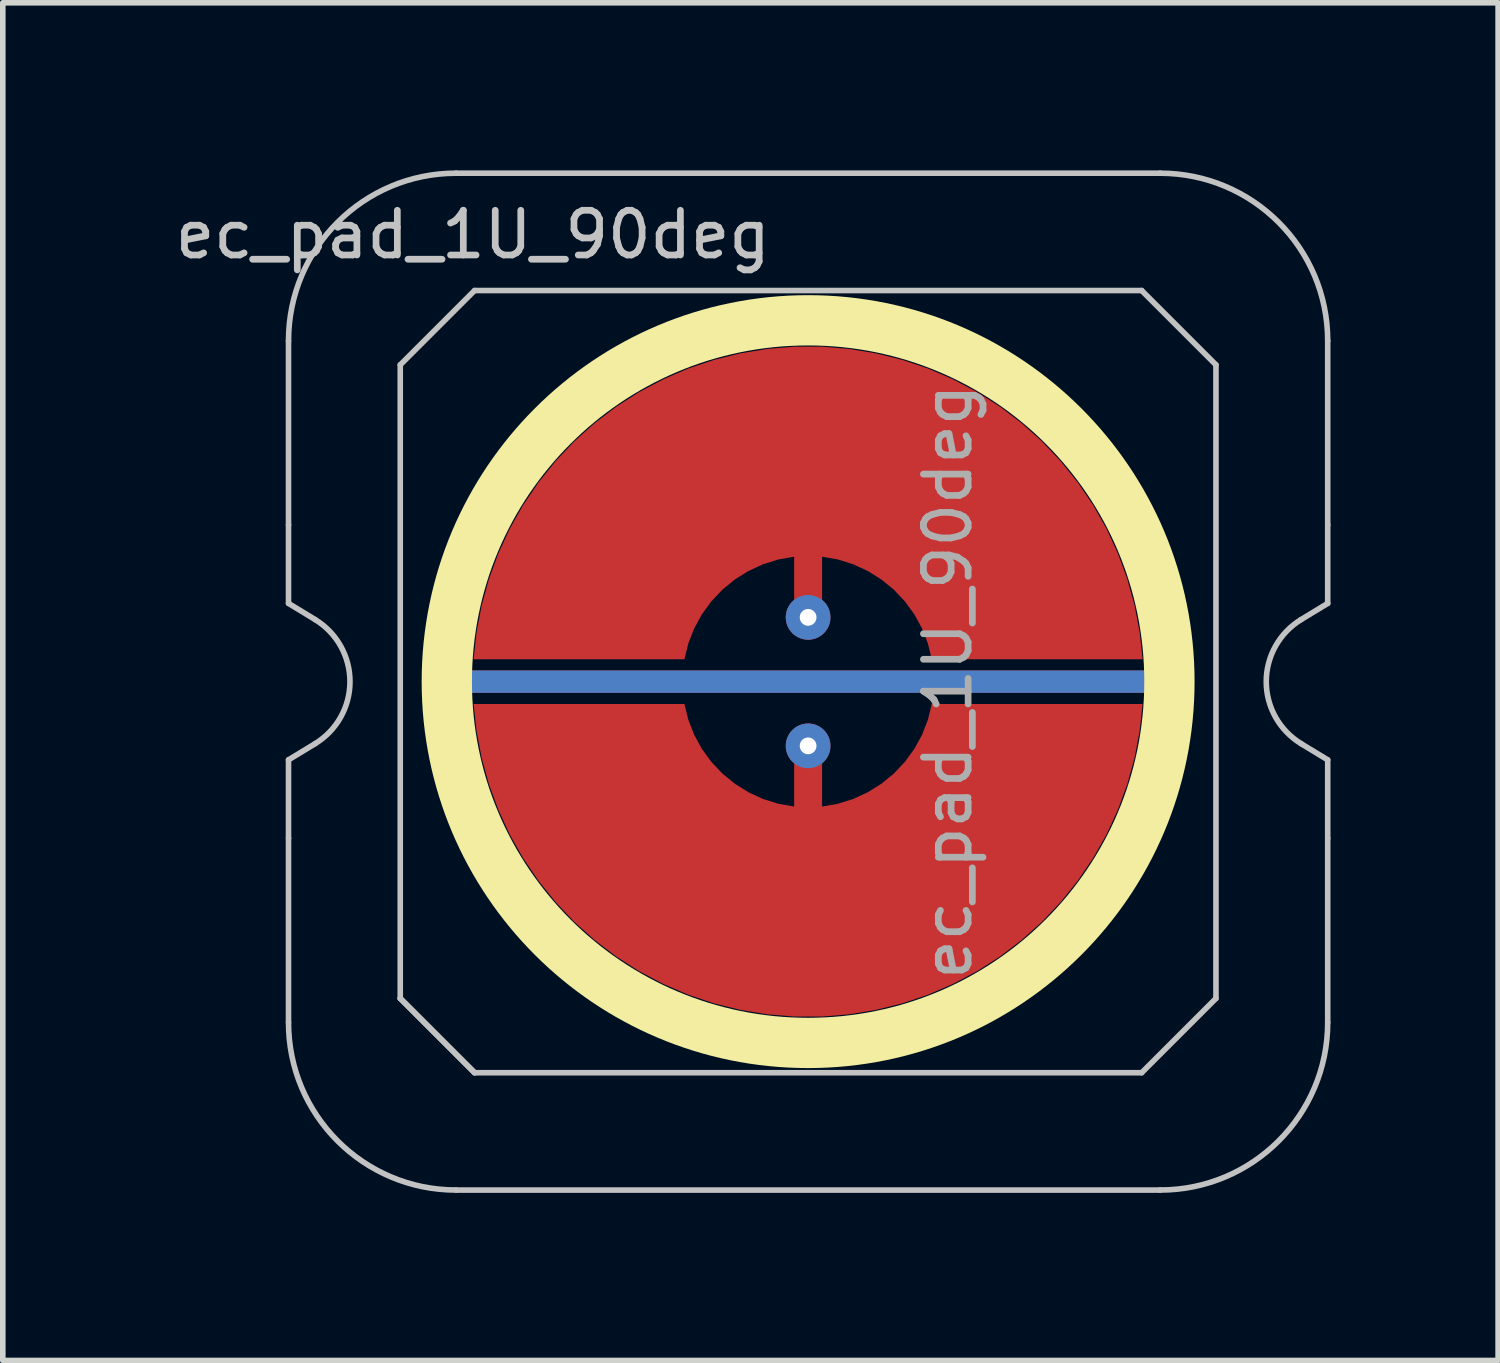
<source format=kicad_pcb>
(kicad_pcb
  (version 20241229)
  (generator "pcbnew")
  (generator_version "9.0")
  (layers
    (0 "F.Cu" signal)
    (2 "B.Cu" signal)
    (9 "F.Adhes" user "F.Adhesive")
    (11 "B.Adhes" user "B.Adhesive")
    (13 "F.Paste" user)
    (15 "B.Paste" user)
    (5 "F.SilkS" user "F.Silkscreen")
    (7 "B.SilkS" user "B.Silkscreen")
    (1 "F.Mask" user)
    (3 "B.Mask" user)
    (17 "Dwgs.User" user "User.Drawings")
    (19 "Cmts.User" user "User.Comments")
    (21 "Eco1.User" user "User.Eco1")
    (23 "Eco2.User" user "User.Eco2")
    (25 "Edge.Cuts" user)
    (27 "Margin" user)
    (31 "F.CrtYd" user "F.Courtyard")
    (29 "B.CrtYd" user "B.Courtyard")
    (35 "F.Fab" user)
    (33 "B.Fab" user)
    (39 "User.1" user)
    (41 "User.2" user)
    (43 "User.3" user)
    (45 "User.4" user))
  (footprint "ec_pad_1U_90deg"
    (layer "F.Cu")
    (at 11.414 9.15)
    (property "Reference" "ec_pad_1U_90deg" (at -6 -8 0) (layer "Dwgs.User") (effects (font (size 0.8 0.8) (thickness 0.12))))
    (attr smd)
    (fp_circle (center 0 0) (end 0 6.467) (stroke (width 0.9) (type solid)) (fill no) (layer "F.SilkS"))
    (fp_line (start -9.3 -2.805) (end -9.3 -6.1) (stroke (width 0.1) (type solid)) (layer "Dwgs.User"))
    (fp_line (start -9.3 -1.4) (end -9.3 -2.805) (stroke (width 0.1) (type solid)) (layer "Dwgs.User"))
    (fp_line (start -9.3 1.4) (end -8.824 1.111) (stroke (width 0.1) (type solid)) (layer "Dwgs.User"))
    (fp_line (start -9.3 2.805) (end -9.3 1.4) (stroke (width 0.1) (type solid)) (layer "Dwgs.User"))
    (fp_line (start -9.3 6.1) (end -9.3 2.805) (stroke (width 0.1) (type solid)) (layer "Dwgs.User"))
    (fp_line (start -8.824 -1.111) (end -9.3 -1.4) (stroke (width 0.1) (type solid)) (layer "Dwgs.User"))
    (fp_line (start -7.3 -5.67) (end -5.97 -7) (stroke (width 0.1) (type solid)) (layer "Dwgs.User"))
    (fp_line (start -7.3 5.67) (end -7.3 -5.67) (stroke (width 0.1) (type solid)) (layer "Dwgs.User"))
    (fp_line (start -7.3 5.67) (end -5.97 7) (stroke (width 0.1) (type solid)) (layer "Dwgs.User"))
    (fp_line (start -6.3 -9.1) (end 6.3 -9.1) (stroke (width 0.1) (type solid)) (layer "Dwgs.User"))
    (fp_line (start -5.97 -7) (end 5.97 -7) (stroke (width 0.1) (type solid)) (layer "Dwgs.User"))
    (fp_line (start -5.97 7) (end -7.3 5.67) (stroke (width 0.1) (type solid)) (layer "Dwgs.User"))
    (fp_line (start 5.97 -7) (end 7.3 -5.67) (stroke (width 0.1) (type solid)) (layer "Dwgs.User"))
    (fp_line (start 5.97 7) (end -5.97 7) (stroke (width 0.1) (type solid)) (layer "Dwgs.User"))
    (fp_line (start 6.3 9.1) (end -6.3 9.1) (stroke (width 0.1) (type solid)) (layer "Dwgs.User"))
    (fp_line (start 7.3 -5.67) (end 7.3 5.67) (stroke (width 0.1) (type solid)) (layer "Dwgs.User"))
    (fp_line (start 7.3 5.67) (end 5.97 7) (stroke (width 0.1) (type solid)) (layer "Dwgs.User"))
    (fp_line (start 8.824 1.111) (end 9.3 1.4) (stroke (width 0.1) (type solid)) (layer "Dwgs.User"))
    (fp_line (start 9.3 -6.1) (end 9.3 -2.805) (stroke (width 0.1) (type solid)) (layer "Dwgs.User"))
    (fp_line (start 9.3 -2.805) (end 9.3 -1.4) (stroke (width 0.1) (type solid)) (layer "Dwgs.User"))
    (fp_line (start 9.3 -1.4) (end 8.824 -1.111) (stroke (width 0.1) (type solid)) (layer "Dwgs.User"))
    (fp_line (start 9.3 1.4) (end 9.3 2.805) (stroke (width 0.1) (type solid)) (layer "Dwgs.User"))
    (fp_line (start 9.3 2.805) (end 9.3 6.1) (stroke (width 0.1) (type solid)) (layer "Dwgs.User"))
    (fp_arc (start -9.3 -6.1) (mid -8.42132 -8.22132) (end -6.3 -9.1) (stroke (width 0.1) (type solid)) (layer "Dwgs.User"))
    (fp_arc (start -8.824333 -1.110619) (mid -8.2 0) (end -8.824333 1.110619) (stroke (width 0.1) (type solid)) (layer "Dwgs.User"))
    (fp_arc (start -6.3 9.1) (mid -8.42132 8.22132) (end -9.3 6.1) (stroke (width 0.1) (type solid)) (layer "Dwgs.User"))
    (fp_arc (start 6.3 -9.1) (mid 8.42132 -8.22132) (end 9.3 -6.1) (stroke (width 0.1) (type solid)) (layer "Dwgs.User"))
    (fp_arc (start 8.824333 1.110619) (mid 8.2 0) (end 8.824333 -1.110619) (stroke (width 0.1) (type solid)) (layer "Dwgs.User"))
    (fp_arc (start 9.3 6.1) (mid 8.42132 8.22132) (end 6.3 9.1) (stroke (width 0.1) (type solid)) (layer "Dwgs.User"))
    (fp_text user "${REFERENCE}" (at 2.5 0 270) (layer "F.Fab") (effects (font (size 0.8 0.8) (thickness 0.12))))
    (pad "1" thru_hole circle (at 0 -1.15 180) (size 0.8 0.8) (drill 0.3) (layers "*.Cu"))
    (pad "1" smd custom (at 0 -1 270) (size 0.4 0.4) (layers "F.Cu") (options (anchor circle)) (primitives (gr_poly (pts (xy 0.6 -2.214) (xy 0.32 -2.145) (xy 0.052 -2.041) (xy -0.201 -1.903) (xy -0.434 -1.734) (xy -0.644 -1.536) (xy -0.826 -1.314) (xy -0.979 -1.07) (xy -1.1 -0.808) (xy -1.186 -0.534) (xy -1.236 -0.25) (xy 0 -0.25) (xy 0.096 -0.231) (xy 0.177 -0.177) (xy 0.231 -0.096) (xy 0.25 0) (xy 0.231 0.096) (xy 0.177 0.177) (xy 0.096 0.231) (xy 0 0.25) (xy -1.236 0.25) (xy -1.186 0.534) (xy -1.1 0.808) (xy -0.979 1.07) (xy -0.826 1.314) (xy -0.644 1.536) (xy -0.434 1.734) (xy -0.201 1.903) (xy 0.052 2.041) (xy 0.32 2.145) (xy 0.6 2.214) (xy 0.6 5.987) (xy 0.115 5.934) (xy -0.364 5.843) (xy -0.834 5.713) (xy -1.292 5.545) (xy -1.735 5.341) (xy -2.159 5.101) (xy -2.563 4.827) (xy -2.943 4.522) (xy -3.298 4.187) (xy -3.623 3.824) (xy -3.919 3.436) (xy -4.182 3.025) (xy -4.41 2.594) (xy -4.603 2.147) (xy -4.759 1.684) (xy -4.876 1.211) (xy -4.955 0.73) (xy -4.995 0.244) (xy -4.995 -0.244) (xy -4.955 -0.73) (xy -4.876 -1.211) (xy -4.759 -1.684) (xy -4.603 -2.147) (xy -4.41 -2.594) (xy -4.182 -3.025) (xy -3.919 -3.436) (xy -3.623 -3.824) (xy -3.298 -4.187) (xy -2.943 -4.522) (xy -2.563 -4.827) (xy -2.159 -5.101) (xy -1.735 -5.341) (xy -1.292 -5.545) (xy -0.834 -5.713) (xy -0.364 -5.843) (xy 0.115 -5.934) (xy 0.6 -5.987)) (width 0) (fill yes))))
    (pad "2" smd custom (at 0 1 90) (size 0.4 0.4) (layers "F.Cu") (options (anchor circle)) (primitives (gr_poly (pts (xy 0.6 -2.214) (xy 0.32 -2.145) (xy 0.052 -2.041) (xy -0.201 -1.903) (xy -0.434 -1.734) (xy -0.644 -1.536) (xy -0.826 -1.314) (xy -0.979 -1.07) (xy -1.1 -0.808) (xy -1.186 -0.534) (xy -1.236 -0.25) (xy 0 -0.25) (xy 0.096 -0.231) (xy 0.177 -0.177) (xy 0.231 -0.096) (xy 0.25 0) (xy 0.231 0.096) (xy 0.177 0.177) (xy 0.096 0.231) (xy 0 0.25) (xy -1.236 0.25) (xy -1.186 0.534) (xy -1.1 0.808) (xy -0.979 1.07) (xy -0.826 1.314) (xy -0.644 1.536) (xy -0.434 1.734) (xy -0.201 1.903) (xy 0.052 2.041) (xy 0.32 2.145) (xy 0.6 2.214) (xy 0.6 5.987) (xy 0.115 5.934) (xy -0.364 5.843) (xy -0.834 5.713) (xy -1.292 5.545) (xy -1.735 5.341) (xy -2.159 5.101) (xy -2.563 4.827) (xy -2.943 4.522) (xy -3.298 4.187) (xy -3.623 3.824) (xy -3.919 3.436) (xy -4.182 3.025) (xy -4.41 2.594) (xy -4.603 2.147) (xy -4.759 1.684) (xy -4.876 1.211) (xy -4.955 0.73) (xy -4.995 0.244) (xy -4.995 -0.244) (xy -4.955 -0.73) (xy -4.876 -1.211) (xy -4.759 -1.684) (xy -4.603 -2.147) (xy -4.41 -2.594) (xy -4.182 -3.025) (xy -3.919 -3.436) (xy -3.623 -3.824) (xy -3.298 -4.187) (xy -2.943 -4.522) (xy -2.563 -4.827) (xy -2.159 -5.101) (xy -1.735 -5.341) (xy -1.292 -5.545) (xy -0.834 -5.713) (xy -0.364 -5.843) (xy 0.115 -5.934) (xy 0.6 -5.987)) (width 0) (fill yes))))
    (pad "2" thru_hole circle (at 0 1.15 180) (size 0.8 0.8) (drill 0.3) (layers "*.Cu"))
    (pad "3" smd roundrect (at 0 0 90) (size 0.4 12.5) (layers "B.Cu") (roundrect_rratio 0.5))
    (pad "3" smd roundrect (at 0 0 90) (size 0.4 12.75) (layers "F.Cu") (roundrect_rratio 0.5))
    (zone (net_name "") (layer "F.Cu") (hatch edge 0.508) (connect_pads) (min_thickness 0.254) (filled_areas_thickness no) (keepout (tracks allowed) (vias allowed) (pads allowed) (copperpour not_allowed) (footprints allowed)) (placement (enabled no)) (fill) (polygon (pts (xy 5.164 9.15) (xy 5.188 8.605) (xy 5.259 8.065) (xy 5.377 7.532) (xy 5.541 7.012) (xy 5.75 6.509) (xy 6.002 6.025) (xy 6.295 5.565) (xy 6.626 5.133) (xy 6.995 4.731) (xy 7.397 4.362) (xy 7.829 4.03) (xy 8.289 3.737) (xy 8.773 3.486) (xy 9.277 3.277) (xy 9.797 3.113) (xy 10.329 2.995) (xy 10.87 2.924) (xy 11.414 2.9) (xy 11.959 2.924) (xy 12.5 2.995) (xy 13.032 3.113) (xy 13.552 3.277) (xy 14.056 3.486) (xy 14.539 3.737) (xy 14.999 4.03) (xy 15.432 4.362) (xy 15.834 4.731) (xy 16.202 5.133) (xy 16.534 5.565) (xy 16.827 6.025) (xy 17.079 6.509) (xy 17.287 7.012) (xy 17.451 7.532) (xy 17.569 8.065) (xy 17.64 8.605) (xy 17.664 9.15) (xy 17.64 9.695) (xy 17.569 10.235) (xy 17.451 10.768) (xy 17.287 11.288) (xy 17.079 11.791) (xy 16.827 12.275) (xy 16.534 12.735) (xy 16.202 13.167) (xy 15.834 13.569) (xy 15.432 13.938) (xy 14.999 14.27) (xy 14.539 14.563) (xy 14.056 14.814) (xy 13.552 15.023) (xy 13.032 15.187) (xy 12.5 15.305) (xy 11.959 15.376) (xy 11.414 15.4) (xy 10.87 15.376) (xy 10.329 15.305) (xy 9.797 15.187) (xy 9.277 15.023) (xy 8.773 14.814) (xy 8.289 14.563) (xy 7.829 14.27) (xy 7.397 13.938) (xy 6.995 13.569) (xy 6.626 13.167) (xy 6.295 12.735) (xy 6.002 12.275) (xy 5.75 11.791) (xy 5.541 11.288) (xy 5.377 10.768) (xy 5.259 10.235) (xy 5.188 9.695))))
    (zone (net_name "") (layer "B.Cu") (hatch edge 0.1) (connect_pads) (min_thickness 0.254) (filled_areas_thickness no) (keepout (tracks allowed) (vias allowed) (pads allowed) (copperpour not_allowed) (footprints allowed)) (placement (enabled no)) (fill) (polygon (pts (xy 5.414 9.15) (xy 5.437 8.627) (xy 5.505 8.108) (xy 5.619 7.597) (xy 5.776 7.098) (xy 5.976 6.614) (xy 6.218 6.15) (xy 6.499 5.709) (xy 6.818 5.293) (xy 7.172 4.907) (xy 7.558 4.554) (xy 7.973 4.235) (xy 8.414 3.954) (xy 8.879 3.712) (xy 9.362 3.512) (xy 9.861 3.354) (xy 10.372 3.241) (xy 10.891 3.173) (xy 11.414 3.15) (xy 11.937 3.173) (xy 12.456 3.241) (xy 12.967 3.354) (xy 13.466 3.512) (xy 13.95 3.712) (xy 14.414 3.954) (xy 14.856 4.235) (xy 15.271 4.554) (xy 15.657 4.907) (xy 16.011 5.293) (xy 16.329 5.709) (xy 16.61 6.15) (xy 16.852 6.614) (xy 17.052 7.098) (xy 17.21 7.597) (xy 17.323 8.108) (xy 17.391 8.627) (xy 17.414 9.15) (xy 17.391 9.673) (xy 17.323 10.192) (xy 17.21 10.703) (xy 17.052 11.202) (xy 16.852 11.686) (xy 16.61 12.15) (xy 16.329 12.591) (xy 16.011 13.007) (xy 15.657 13.393) (xy 15.271 13.746) (xy 14.856 14.065) (xy 14.414 14.346) (xy 13.95 14.588) (xy 13.466 14.788) (xy 12.967 14.946) (xy 12.456 15.059) (xy 11.937 15.127) (xy 11.414 15.15) (xy 10.891 15.127) (xy 10.372 15.059) (xy 9.861 14.946) (xy 9.362 14.788) (xy 8.879 14.588) (xy 8.414 14.346) (xy 7.973 14.065) (xy 7.558 13.746) (xy 7.172 13.393) (xy 6.818 13.007) (xy 6.499 12.591) (xy 6.218 12.15) (xy 5.976 11.686) (xy 5.776 11.202) (xy 5.619 10.703) (xy 5.505 10.192) (xy 5.437 9.673)))))
  (gr_rect
    (start -3 -3)
    (end 23.764 21.3)
    (stroke (width 0.1) (type default))
    (fill no)
    (layer "Edge.Cuts")))
</source>
